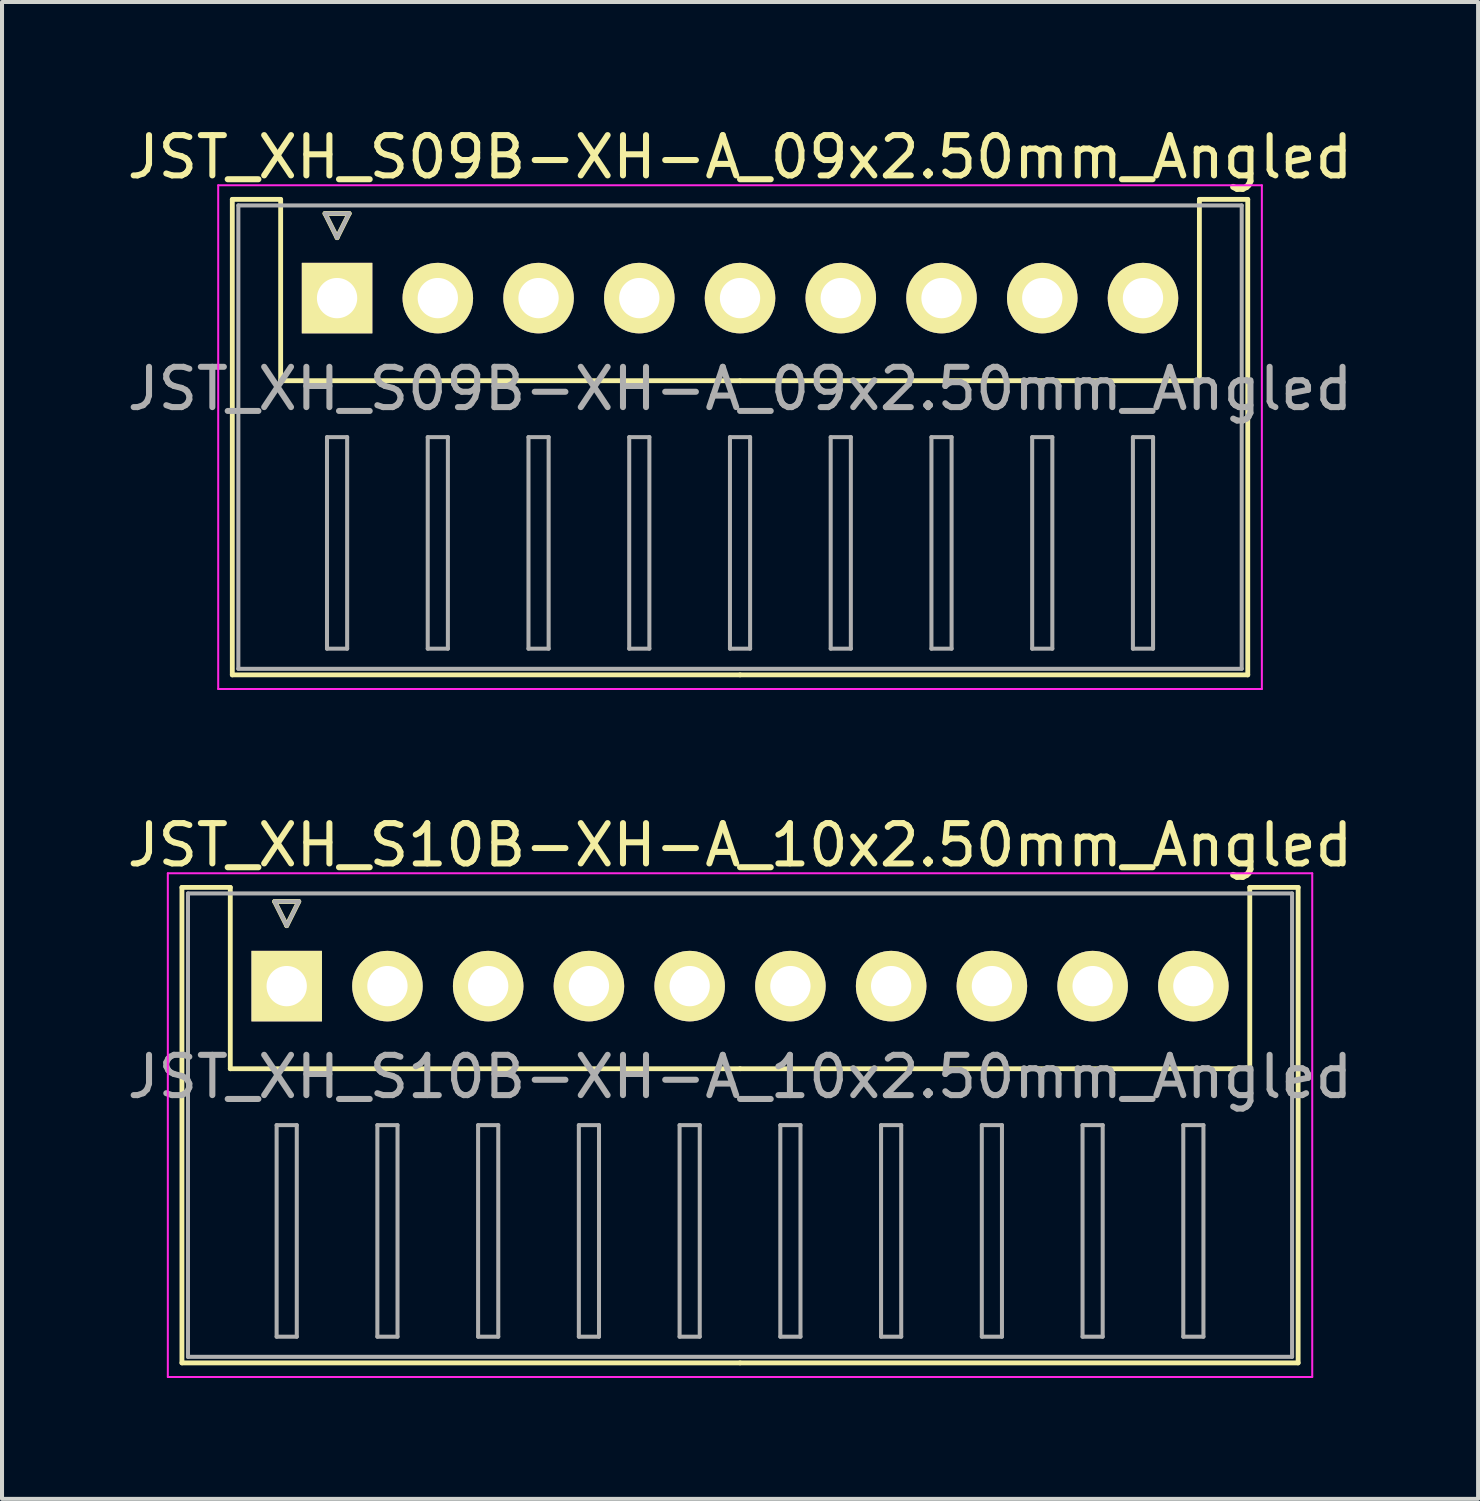
<source format=kicad_pcb>
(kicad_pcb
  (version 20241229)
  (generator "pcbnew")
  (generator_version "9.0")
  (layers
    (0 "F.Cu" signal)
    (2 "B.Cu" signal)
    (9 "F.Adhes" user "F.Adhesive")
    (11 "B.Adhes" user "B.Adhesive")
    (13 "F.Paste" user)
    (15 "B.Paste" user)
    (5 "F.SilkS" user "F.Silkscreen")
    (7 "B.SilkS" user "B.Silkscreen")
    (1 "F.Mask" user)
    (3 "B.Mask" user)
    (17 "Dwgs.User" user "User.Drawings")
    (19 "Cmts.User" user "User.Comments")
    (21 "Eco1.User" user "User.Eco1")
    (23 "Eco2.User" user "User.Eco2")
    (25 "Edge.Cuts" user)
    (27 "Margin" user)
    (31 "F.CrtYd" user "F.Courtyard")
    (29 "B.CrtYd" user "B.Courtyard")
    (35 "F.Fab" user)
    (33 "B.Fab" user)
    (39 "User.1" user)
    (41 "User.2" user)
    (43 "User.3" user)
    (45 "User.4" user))
  (footprint "JST_XH_S09B-XH-A_09x2.50mm_Angled"
    (layer "F.Cu")
    (at 5.315 4.348)
    (property "Reference" "JST_XH_S09B-XH-A_09x2.50mm_Angled" (at 10 -3.5 0) (layer "F.SilkS") (effects (font (size 1 1) (thickness 0.15))))
    (attr through_hole)
    (fp_line (start -2.6 -2.45) (end -1.4 -2.45) (stroke (width 0.12) (type solid)) (layer "F.SilkS"))
    (fp_line (start -2.6 9.35) (end -2.6 -2.45) (stroke (width 0.12) (type solid)) (layer "F.SilkS"))
    (fp_line (start -1.4 -2.45) (end -1.4 2.05) (stroke (width 0.12) (type solid)) (layer "F.SilkS"))
    (fp_line (start -1.4 2.05) (end 10 2.05) (stroke (width 0.12) (type solid)) (layer "F.SilkS"))
    (fp_line (start -0.3 -2.1) (end 0.3 -2.1) (stroke (width 0.12) (type solid)) (layer "F.SilkS"))
    (fp_line (start 0 -1.5) (end -0.3 -2.1) (stroke (width 0.12) (type solid)) (layer "F.SilkS"))
    (fp_line (start 0.3 -2.1) (end 0 -1.5) (stroke (width 0.12) (type solid)) (layer "F.SilkS"))
    (fp_line (start 10 9.35) (end -2.6 9.35) (stroke (width 0.12) (type solid)) (layer "F.SilkS"))
    (fp_line (start 10 9.35) (end 22.6 9.35) (stroke (width 0.12) (type solid)) (layer "F.SilkS"))
    (fp_line (start 21.4 -2.45) (end 21.4 2.05) (stroke (width 0.12) (type solid)) (layer "F.SilkS"))
    (fp_line (start 21.4 2.05) (end 10 2.05) (stroke (width 0.12) (type solid)) (layer "F.SilkS"))
    (fp_line (start 22.6 -2.45) (end 21.4 -2.45) (stroke (width 0.12) (type solid)) (layer "F.SilkS"))
    (fp_line (start 22.6 9.35) (end 22.6 -2.45) (stroke (width 0.12) (type solid)) (layer "F.SilkS"))
    (fp_line (start -2.95 -2.8) (end -2.95 9.7) (stroke (width 0.05) (type solid)) (layer "F.CrtYd"))
    (fp_line (start -2.95 9.7) (end 22.95 9.7) (stroke (width 0.05) (type solid)) (layer "F.CrtYd"))
    (fp_line (start 22.95 -2.8) (end -2.95 -2.8) (stroke (width 0.05) (type solid)) (layer "F.CrtYd"))
    (fp_line (start 22.95 9.7) (end 22.95 -2.8) (stroke (width 0.05) (type solid)) (layer "F.CrtYd"))
    (fp_line (start -2.45 -2.3) (end -2.45 9.2) (stroke (width 0.1) (type solid)) (layer "F.Fab"))
    (fp_line (start -2.45 9.2) (end 22.45 9.2) (stroke (width 0.1) (type solid)) (layer "F.Fab"))
    (fp_line (start -0.3 -2.1) (end 0.3 -2.1) (stroke (width 0.1) (type solid)) (layer "F.Fab"))
    (fp_line (start -0.25 3.45) (end -0.25 8.7) (stroke (width 0.1) (type solid)) (layer "F.Fab"))
    (fp_line (start -0.25 8.7) (end 0.25 8.7) (stroke (width 0.1) (type solid)) (layer "F.Fab"))
    (fp_line (start 0 -1.5) (end -0.3 -2.1) (stroke (width 0.1) (type solid)) (layer "F.Fab"))
    (fp_line (start 0.25 3.45) (end -0.25 3.45) (stroke (width 0.1) (type solid)) (layer "F.Fab"))
    (fp_line (start 0.25 8.7) (end 0.25 3.45) (stroke (width 0.1) (type solid)) (layer "F.Fab"))
    (fp_line (start 0.3 -2.1) (end 0 -1.5) (stroke (width 0.1) (type solid)) (layer "F.Fab"))
    (fp_line (start 2.25 3.45) (end 2.25 8.7) (stroke (width 0.1) (type solid)) (layer "F.Fab"))
    (fp_line (start 2.25 8.7) (end 2.75 8.7) (stroke (width 0.1) (type solid)) (layer "F.Fab"))
    (fp_line (start 2.75 3.45) (end 2.25 3.45) (stroke (width 0.1) (type solid)) (layer "F.Fab"))
    (fp_line (start 2.75 8.7) (end 2.75 3.45) (stroke (width 0.1) (type solid)) (layer "F.Fab"))
    (fp_line (start 4.75 3.45) (end 4.75 8.7) (stroke (width 0.1) (type solid)) (layer "F.Fab"))
    (fp_line (start 4.75 8.7) (end 5.25 8.7) (stroke (width 0.1) (type solid)) (layer "F.Fab"))
    (fp_line (start 5.25 3.45) (end 4.75 3.45) (stroke (width 0.1) (type solid)) (layer "F.Fab"))
    (fp_line (start 5.25 8.7) (end 5.25 3.45) (stroke (width 0.1) (type solid)) (layer "F.Fab"))
    (fp_line (start 7.25 3.45) (end 7.25 8.7) (stroke (width 0.1) (type solid)) (layer "F.Fab"))
    (fp_line (start 7.25 8.7) (end 7.75 8.7) (stroke (width 0.1) (type solid)) (layer "F.Fab"))
    (fp_line (start 7.75 3.45) (end 7.25 3.45) (stroke (width 0.1) (type solid)) (layer "F.Fab"))
    (fp_line (start 7.75 8.7) (end 7.75 3.45) (stroke (width 0.1) (type solid)) (layer "F.Fab"))
    (fp_line (start 9.75 3.45) (end 9.75 8.7) (stroke (width 0.1) (type solid)) (layer "F.Fab"))
    (fp_line (start 9.75 8.7) (end 10.25 8.7) (stroke (width 0.1) (type solid)) (layer "F.Fab"))
    (fp_line (start 10.25 3.45) (end 9.75 3.45) (stroke (width 0.1) (type solid)) (layer "F.Fab"))
    (fp_line (start 10.25 8.7) (end 10.25 3.45) (stroke (width 0.1) (type solid)) (layer "F.Fab"))
    (fp_line (start 12.25 3.45) (end 12.25 8.7) (stroke (width 0.1) (type solid)) (layer "F.Fab"))
    (fp_line (start 12.25 8.7) (end 12.75 8.7) (stroke (width 0.1) (type solid)) (layer "F.Fab"))
    (fp_line (start 12.75 3.45) (end 12.25 3.45) (stroke (width 0.1) (type solid)) (layer "F.Fab"))
    (fp_line (start 12.75 8.7) (end 12.75 3.45) (stroke (width 0.1) (type solid)) (layer "F.Fab"))
    (fp_line (start 14.75 3.45) (end 14.75 8.7) (stroke (width 0.1) (type solid)) (layer "F.Fab"))
    (fp_line (start 14.75 8.7) (end 15.25 8.7) (stroke (width 0.1) (type solid)) (layer "F.Fab"))
    (fp_line (start 15.25 3.45) (end 14.75 3.45) (stroke (width 0.1) (type solid)) (layer "F.Fab"))
    (fp_line (start 15.25 8.7) (end 15.25 3.45) (stroke (width 0.1) (type solid)) (layer "F.Fab"))
    (fp_line (start 17.25 3.45) (end 17.25 8.7) (stroke (width 0.1) (type solid)) (layer "F.Fab"))
    (fp_line (start 17.25 8.7) (end 17.75 8.7) (stroke (width 0.1) (type solid)) (layer "F.Fab"))
    (fp_line (start 17.75 3.45) (end 17.25 3.45) (stroke (width 0.1) (type solid)) (layer "F.Fab"))
    (fp_line (start 17.75 8.7) (end 17.75 3.45) (stroke (width 0.1) (type solid)) (layer "F.Fab"))
    (fp_line (start 19.75 3.45) (end 19.75 8.7) (stroke (width 0.1) (type solid)) (layer "F.Fab"))
    (fp_line (start 19.75 8.7) (end 20.25 8.7) (stroke (width 0.1) (type solid)) (layer "F.Fab"))
    (fp_line (start 20.25 3.45) (end 19.75 3.45) (stroke (width 0.1) (type solid)) (layer "F.Fab"))
    (fp_line (start 20.25 8.7) (end 20.25 3.45) (stroke (width 0.1) (type solid)) (layer "F.Fab"))
    (fp_line (start 22.45 -2.3) (end -2.45 -2.3) (stroke (width 0.1) (type solid)) (layer "F.Fab"))
    (fp_line (start 22.45 9.2) (end 22.45 -2.3) (stroke (width 0.1) (type solid)) (layer "F.Fab"))
    (fp_text user "${REFERENCE}" (at 10 2.25 0) (layer "F.Fab") (effects (font (size 1 1) (thickness 0.15))))
    (pad "1" thru_hole rect (at 0 0) (size 1.75 1.75) (drill 1) (layers "*.Cu" "*.Mask" "F.SilkS"))
    (pad "2" thru_hole circle (at 2.5 0) (size 1.75 1.75) (drill 1) (layers "*.Cu" "*.Mask" "F.SilkS"))
    (pad "3" thru_hole circle (at 5 0) (size 1.75 1.75) (drill 1) (layers "*.Cu" "*.Mask" "F.SilkS"))
    (pad "4" thru_hole circle (at 7.5 0) (size 1.75 1.75) (drill 1) (layers "*.Cu" "*.Mask" "F.SilkS"))
    (pad "5" thru_hole circle (at 10 0) (size 1.75 1.75) (drill 1) (layers "*.Cu" "*.Mask" "F.SilkS"))
    (pad "6" thru_hole circle (at 12.5 0) (size 1.75 1.75) (drill 1) (layers "*.Cu" "*.Mask" "F.SilkS"))
    (pad "7" thru_hole circle (at 15 0) (size 1.75 1.75) (drill 1) (layers "*.Cu" "*.Mask" "F.SilkS"))
    (pad "8" thru_hole circle (at 17.5 0) (size 1.75 1.75) (drill 1) (layers "*.Cu" "*.Mask" "F.SilkS"))
    (pad "9" thru_hole circle (at 20 0) (size 1.75 1.75) (drill 1) (layers "*.Cu" "*.Mask" "F.SilkS")))
  (footprint "JST_XH_S10B-XH-A_10x2.50mm_Angled"
    (layer "F.Cu")
    (at 4.065 21.422)
    (property "Reference" "JST_XH_S10B-XH-A_10x2.50mm_Angled" (at 11.25 -3.5 0) (layer "F.SilkS") (effects (font (size 1 1) (thickness 0.15))))
    (attr through_hole)
    (fp_line (start -2.6 -2.45) (end -1.4 -2.45) (stroke (width 0.12) (type solid)) (layer "F.SilkS"))
    (fp_line (start -2.6 9.35) (end -2.6 -2.45) (stroke (width 0.12) (type solid)) (layer "F.SilkS"))
    (fp_line (start -1.4 -2.45) (end -1.4 2.05) (stroke (width 0.12) (type solid)) (layer "F.SilkS"))
    (fp_line (start -1.4 2.05) (end 11.25 2.05) (stroke (width 0.12) (type solid)) (layer "F.SilkS"))
    (fp_line (start -0.3 -2.1) (end 0.3 -2.1) (stroke (width 0.12) (type solid)) (layer "F.SilkS"))
    (fp_line (start 0 -1.5) (end -0.3 -2.1) (stroke (width 0.12) (type solid)) (layer "F.SilkS"))
    (fp_line (start 0.3 -2.1) (end 0 -1.5) (stroke (width 0.12) (type solid)) (layer "F.SilkS"))
    (fp_line (start 11.25 9.35) (end -2.6 9.35) (stroke (width 0.12) (type solid)) (layer "F.SilkS"))
    (fp_line (start 11.25 9.35) (end 25.1 9.35) (stroke (width 0.12) (type solid)) (layer "F.SilkS"))
    (fp_line (start 23.9 -2.45) (end 23.9 2.05) (stroke (width 0.12) (type solid)) (layer "F.SilkS"))
    (fp_line (start 23.9 2.05) (end 11.25 2.05) (stroke (width 0.12) (type solid)) (layer "F.SilkS"))
    (fp_line (start 25.1 -2.45) (end 23.9 -2.45) (stroke (width 0.12) (type solid)) (layer "F.SilkS"))
    (fp_line (start 25.1 9.35) (end 25.1 -2.45) (stroke (width 0.12) (type solid)) (layer "F.SilkS"))
    (fp_line (start -2.95 -2.8) (end -2.95 9.7) (stroke (width 0.05) (type solid)) (layer "F.CrtYd"))
    (fp_line (start -2.95 9.7) (end 25.45 9.7) (stroke (width 0.05) (type solid)) (layer "F.CrtYd"))
    (fp_line (start 25.45 -2.8) (end -2.95 -2.8) (stroke (width 0.05) (type solid)) (layer "F.CrtYd"))
    (fp_line (start 25.45 9.7) (end 25.45 -2.8) (stroke (width 0.05) (type solid)) (layer "F.CrtYd"))
    (fp_line (start -2.45 -2.3) (end -2.45 9.2) (stroke (width 0.1) (type solid)) (layer "F.Fab"))
    (fp_line (start -2.45 9.2) (end 24.95 9.2) (stroke (width 0.1) (type solid)) (layer "F.Fab"))
    (fp_line (start -0.3 -2.1) (end 0.3 -2.1) (stroke (width 0.1) (type solid)) (layer "F.Fab"))
    (fp_line (start -0.25 3.45) (end -0.25 8.7) (stroke (width 0.1) (type solid)) (layer "F.Fab"))
    (fp_line (start -0.25 8.7) (end 0.25 8.7) (stroke (width 0.1) (type solid)) (layer "F.Fab"))
    (fp_line (start 0 -1.5) (end -0.3 -2.1) (stroke (width 0.1) (type solid)) (layer "F.Fab"))
    (fp_line (start 0.25 3.45) (end -0.25 3.45) (stroke (width 0.1) (type solid)) (layer "F.Fab"))
    (fp_line (start 0.25 8.7) (end 0.25 3.45) (stroke (width 0.1) (type solid)) (layer "F.Fab"))
    (fp_line (start 0.3 -2.1) (end 0 -1.5) (stroke (width 0.1) (type solid)) (layer "F.Fab"))
    (fp_line (start 2.25 3.45) (end 2.25 8.7) (stroke (width 0.1) (type solid)) (layer "F.Fab"))
    (fp_line (start 2.25 8.7) (end 2.75 8.7) (stroke (width 0.1) (type solid)) (layer "F.Fab"))
    (fp_line (start 2.75 3.45) (end 2.25 3.45) (stroke (width 0.1) (type solid)) (layer "F.Fab"))
    (fp_line (start 2.75 8.7) (end 2.75 3.45) (stroke (width 0.1) (type solid)) (layer "F.Fab"))
    (fp_line (start 4.75 3.45) (end 4.75 8.7) (stroke (width 0.1) (type solid)) (layer "F.Fab"))
    (fp_line (start 4.75 8.7) (end 5.25 8.7) (stroke (width 0.1) (type solid)) (layer "F.Fab"))
    (fp_line (start 5.25 3.45) (end 4.75 3.45) (stroke (width 0.1) (type solid)) (layer "F.Fab"))
    (fp_line (start 5.25 8.7) (end 5.25 3.45) (stroke (width 0.1) (type solid)) (layer "F.Fab"))
    (fp_line (start 7.25 3.45) (end 7.25 8.7) (stroke (width 0.1) (type solid)) (layer "F.Fab"))
    (fp_line (start 7.25 8.7) (end 7.75 8.7) (stroke (width 0.1) (type solid)) (layer "F.Fab"))
    (fp_line (start 7.75 3.45) (end 7.25 3.45) (stroke (width 0.1) (type solid)) (layer "F.Fab"))
    (fp_line (start 7.75 8.7) (end 7.75 3.45) (stroke (width 0.1) (type solid)) (layer "F.Fab"))
    (fp_line (start 9.75 3.45) (end 9.75 8.7) (stroke (width 0.1) (type solid)) (layer "F.Fab"))
    (fp_line (start 9.75 8.7) (end 10.25 8.7) (stroke (width 0.1) (type solid)) (layer "F.Fab"))
    (fp_line (start 10.25 3.45) (end 9.75 3.45) (stroke (width 0.1) (type solid)) (layer "F.Fab"))
    (fp_line (start 10.25 8.7) (end 10.25 3.45) (stroke (width 0.1) (type solid)) (layer "F.Fab"))
    (fp_line (start 12.25 3.45) (end 12.25 8.7) (stroke (width 0.1) (type solid)) (layer "F.Fab"))
    (fp_line (start 12.25 8.7) (end 12.75 8.7) (stroke (width 0.1) (type solid)) (layer "F.Fab"))
    (fp_line (start 12.75 3.45) (end 12.25 3.45) (stroke (width 0.1) (type solid)) (layer "F.Fab"))
    (fp_line (start 12.75 8.7) (end 12.75 3.45) (stroke (width 0.1) (type solid)) (layer "F.Fab"))
    (fp_line (start 14.75 3.45) (end 14.75 8.7) (stroke (width 0.1) (type solid)) (layer "F.Fab"))
    (fp_line (start 14.75 8.7) (end 15.25 8.7) (stroke (width 0.1) (type solid)) (layer "F.Fab"))
    (fp_line (start 15.25 3.45) (end 14.75 3.45) (stroke (width 0.1) (type solid)) (layer "F.Fab"))
    (fp_line (start 15.25 8.7) (end 15.25 3.45) (stroke (width 0.1) (type solid)) (layer "F.Fab"))
    (fp_line (start 17.25 3.45) (end 17.25 8.7) (stroke (width 0.1) (type solid)) (layer "F.Fab"))
    (fp_line (start 17.25 8.7) (end 17.75 8.7) (stroke (width 0.1) (type solid)) (layer "F.Fab"))
    (fp_line (start 17.75 3.45) (end 17.25 3.45) (stroke (width 0.1) (type solid)) (layer "F.Fab"))
    (fp_line (start 17.75 8.7) (end 17.75 3.45) (stroke (width 0.1) (type solid)) (layer "F.Fab"))
    (fp_line (start 19.75 3.45) (end 19.75 8.7) (stroke (width 0.1) (type solid)) (layer "F.Fab"))
    (fp_line (start 19.75 8.7) (end 20.25 8.7) (stroke (width 0.1) (type solid)) (layer "F.Fab"))
    (fp_line (start 20.25 3.45) (end 19.75 3.45) (stroke (width 0.1) (type solid)) (layer "F.Fab"))
    (fp_line (start 20.25 8.7) (end 20.25 3.45) (stroke (width 0.1) (type solid)) (layer "F.Fab"))
    (fp_line (start 22.25 3.45) (end 22.25 8.7) (stroke (width 0.1) (type solid)) (layer "F.Fab"))
    (fp_line (start 22.25 8.7) (end 22.75 8.7) (stroke (width 0.1) (type solid)) (layer "F.Fab"))
    (fp_line (start 22.75 3.45) (end 22.25 3.45) (stroke (width 0.1) (type solid)) (layer "F.Fab"))
    (fp_line (start 22.75 8.7) (end 22.75 3.45) (stroke (width 0.1) (type solid)) (layer "F.Fab"))
    (fp_line (start 24.95 -2.3) (end -2.45 -2.3) (stroke (width 0.1) (type solid)) (layer "F.Fab"))
    (fp_line (start 24.95 9.2) (end 24.95 -2.3) (stroke (width 0.1) (type solid)) (layer "F.Fab"))
    (fp_text user "${REFERENCE}" (at 11.25 2.25 0) (layer "F.Fab") (effects (font (size 1 1) (thickness 0.15))))
    (pad "1" thru_hole rect (at 0 0) (size 1.75 1.75) (drill 1) (layers "*.Cu" "*.Mask" "F.SilkS"))
    (pad "2" thru_hole circle (at 2.5 0) (size 1.75 1.75) (drill 1) (layers "*.Cu" "*.Mask" "F.SilkS"))
    (pad "3" thru_hole circle (at 5 0) (size 1.75 1.75) (drill 1) (layers "*.Cu" "*.Mask" "F.SilkS"))
    (pad "4" thru_hole circle (at 7.5 0) (size 1.75 1.75) (drill 1) (layers "*.Cu" "*.Mask" "F.SilkS"))
    (pad "5" thru_hole circle (at 10 0) (size 1.75 1.75) (drill 1) (layers "*.Cu" "*.Mask" "F.SilkS"))
    (pad "6" thru_hole circle (at 12.5 0) (size 1.75 1.75) (drill 1) (layers "*.Cu" "*.Mask" "F.SilkS"))
    (pad "7" thru_hole circle (at 15 0) (size 1.75 1.75) (drill 1) (layers "*.Cu" "*.Mask" "F.SilkS"))
    (pad "8" thru_hole circle (at 17.5 0) (size 1.75 1.75) (drill 1) (layers "*.Cu" "*.Mask" "F.SilkS"))
    (pad "9" thru_hole circle (at 20 0) (size 1.75 1.75) (drill 1) (layers "*.Cu" "*.Mask" "F.SilkS"))
    (pad "10" thru_hole circle (at 22.5 0) (size 1.75 1.75) (drill 1) (layers "*.Cu" "*.Mask" "F.SilkS")))
  (gr_rect
    (start -3 -3)
    (end 33.631 34.147)
    (stroke (width 0.1) (type default))
    (fill no)
    (layer "Edge.Cuts")))
</source>
